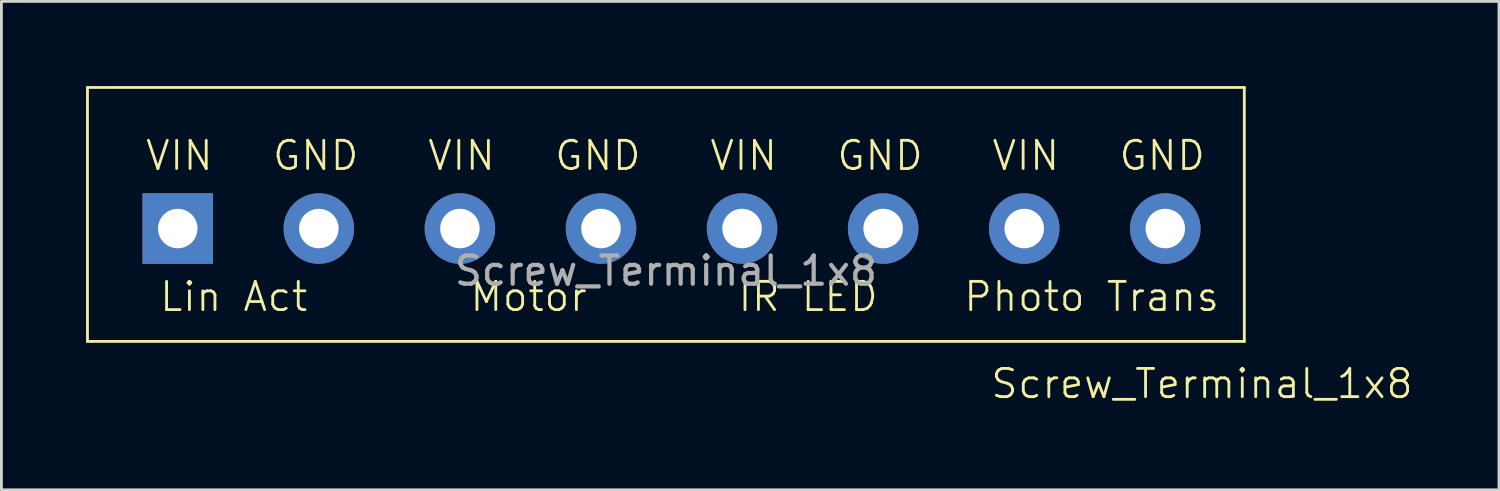
<source format=kicad_pcb>
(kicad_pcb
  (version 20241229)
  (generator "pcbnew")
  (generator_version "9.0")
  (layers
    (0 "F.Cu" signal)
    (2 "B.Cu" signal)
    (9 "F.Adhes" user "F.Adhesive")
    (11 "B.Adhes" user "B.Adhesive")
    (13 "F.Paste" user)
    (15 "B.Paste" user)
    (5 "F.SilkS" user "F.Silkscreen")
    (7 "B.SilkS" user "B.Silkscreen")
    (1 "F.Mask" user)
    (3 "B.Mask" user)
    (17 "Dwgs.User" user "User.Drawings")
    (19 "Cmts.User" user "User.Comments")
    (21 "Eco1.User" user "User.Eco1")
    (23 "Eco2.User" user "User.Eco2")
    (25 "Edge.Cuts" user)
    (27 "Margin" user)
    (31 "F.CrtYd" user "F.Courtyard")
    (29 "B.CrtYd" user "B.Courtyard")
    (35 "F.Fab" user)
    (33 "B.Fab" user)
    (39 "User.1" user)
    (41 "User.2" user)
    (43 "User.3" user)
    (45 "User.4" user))
  (footprint "Screw_Terminal_1x8"
    (layer "F.Cu")
    (at 20.55 4.05)
    (property "Reference" "Screw_Terminal_1x8" (at 19 6.5 0) (unlocked yes) (layer "F.SilkS") (effects (font (size 1 1) (thickness 0.1))))
    (attr smd)
    (fp_line (start -20.5 -4) (end 20.5 -4) (stroke (width 0.1) (type default)) (layer "F.SilkS"))
    (fp_line (start -20.5 5) (end -20.5 -4) (stroke (width 0.1) (type default)) (layer "F.SilkS"))
    (fp_line (start 20.5 -4) (end 20.5 5) (stroke (width 0.1) (type default)) (layer "F.SilkS"))
    (fp_line (start 20.5 5) (end -20.5 5) (stroke (width 0.1) (type default)) (layer "F.SilkS"))
    (fp_text user "Photo Trans" (at 10.5 4 0) (unlocked yes) (layer "F.SilkS") (effects (font (size 1 1) (thickness 0.1)) (justify left bottom)))
    (fp_text user "GND" (at 6 -1 0) (unlocked yes) (layer "F.SilkS") (effects (font (size 1 1) (thickness 0.1)) (justify left bottom)))
    (fp_text user "VIN" (at -18.5 -1 0) (unlocked yes) (layer "F.SilkS") (effects (font (size 1 1) (thickness 0.1)) (justify left bottom)))
    (fp_text user "VIN" (at 1.5 -1 0) (unlocked yes) (layer "F.SilkS") (effects (font (size 1 1) (thickness 0.1)) (justify left bottom)))
    (fp_text user "VIN" (at -8.5 -1 0) (unlocked yes) (layer "F.SilkS") (effects (font (size 1 1) (thickness 0.1)) (justify left bottom)))
    (fp_text user "GND" (at -4 -1 0) (unlocked yes) (layer "F.SilkS") (effects (font (size 1 1) (thickness 0.1)) (justify left bottom)))
    (fp_text user "VIN" (at 11.5 -1 0) (unlocked yes) (layer "F.SilkS") (effects (font (size 1 1) (thickness 0.1)) (justify left bottom)))
    (fp_text user "Lin Act" (at -18 4 0) (unlocked yes) (layer "F.SilkS") (effects (font (size 1 1) (thickness 0.1)) (justify left bottom)))
    (fp_text user "GND" (at -14 -1 0) (unlocked yes) (layer "F.SilkS") (effects (font (size 1 1) (thickness 0.1)) (justify left bottom)))
    (fp_text user "Motor" (at -7 4 0) (unlocked yes) (layer "F.SilkS") (effects (font (size 1 1) (thickness 0.1)) (justify left bottom)))
    (fp_text user "GND" (at 16 -1 0) (unlocked yes) (layer "F.SilkS") (effects (font (size 1 1) (thickness 0.1)) (justify left bottom)))
    (fp_text user "IR LED" (at 2.5 4 0) (unlocked yes) (layer "F.SilkS") (effects (font (size 1 1) (thickness 0.1)) (justify left bottom)))
    (fp_text user "Screw_Terminal_1x8" (at 0 2.5 0) (unlocked yes) (layer "F.Fab") (effects (font (size 1 1) (thickness 0.15))))
    (pad "1" thru_hole rect (at -17.3 1) (size 2.5 2.5) (drill 1.4) (layers "*.Cu" "*.Mask"))
    (pad "2" thru_hole circle (at -12.3 1) (size 2.5 2.5) (drill 1.4) (layers "*.Cu" "*.Mask"))
    (pad "3" thru_hole circle (at -7.3 1) (size 2.5 2.5) (drill 1.4) (layers "*.Cu" "*.Mask"))
    (pad "4" thru_hole circle (at -2.3 1) (size 2.5 2.5) (drill 1.4) (layers "*.Cu" "*.Mask"))
    (pad "5" thru_hole circle (at 2.7 1) (size 2.5 2.5) (drill 1.4) (layers "*.Cu" "*.Mask"))
    (pad "6" thru_hole circle (at 7.7 1) (size 2.5 2.5) (drill 1.4) (layers "*.Cu" "*.Mask"))
    (pad "7" thru_hole circle (at 12.7 1) (size 2.5 2.5) (drill 1.4) (layers "*.Cu" "*.Mask"))
    (pad "8" thru_hole circle (at 17.7 1) (size 2.5 2.5) (drill 1.4) (layers "*.Cu" "*.Mask"))
    (zone (net_name "") (layer "F.SilkS") (hatch edge 0.5) (connect_pads) (min_thickness 0.25) (filled_areas_thickness no) (keepout (tracks allowed) (vias allowed) (pads not_allowed) (copperpour allowed) (footprints not_allowed)) (placement (enabled no)) (fill) (polygon (pts (xy 0.05 0.05) (xy 41.05 0.05) (xy 41.05 9.05) (xy 0.05 9.05)))))
  (gr_rect
    (start -3 -3)
    (end 50.076 14.31)
    (stroke (width 0.1) (type default))
    (fill no)
    (layer "Edge.Cuts")))
</source>
